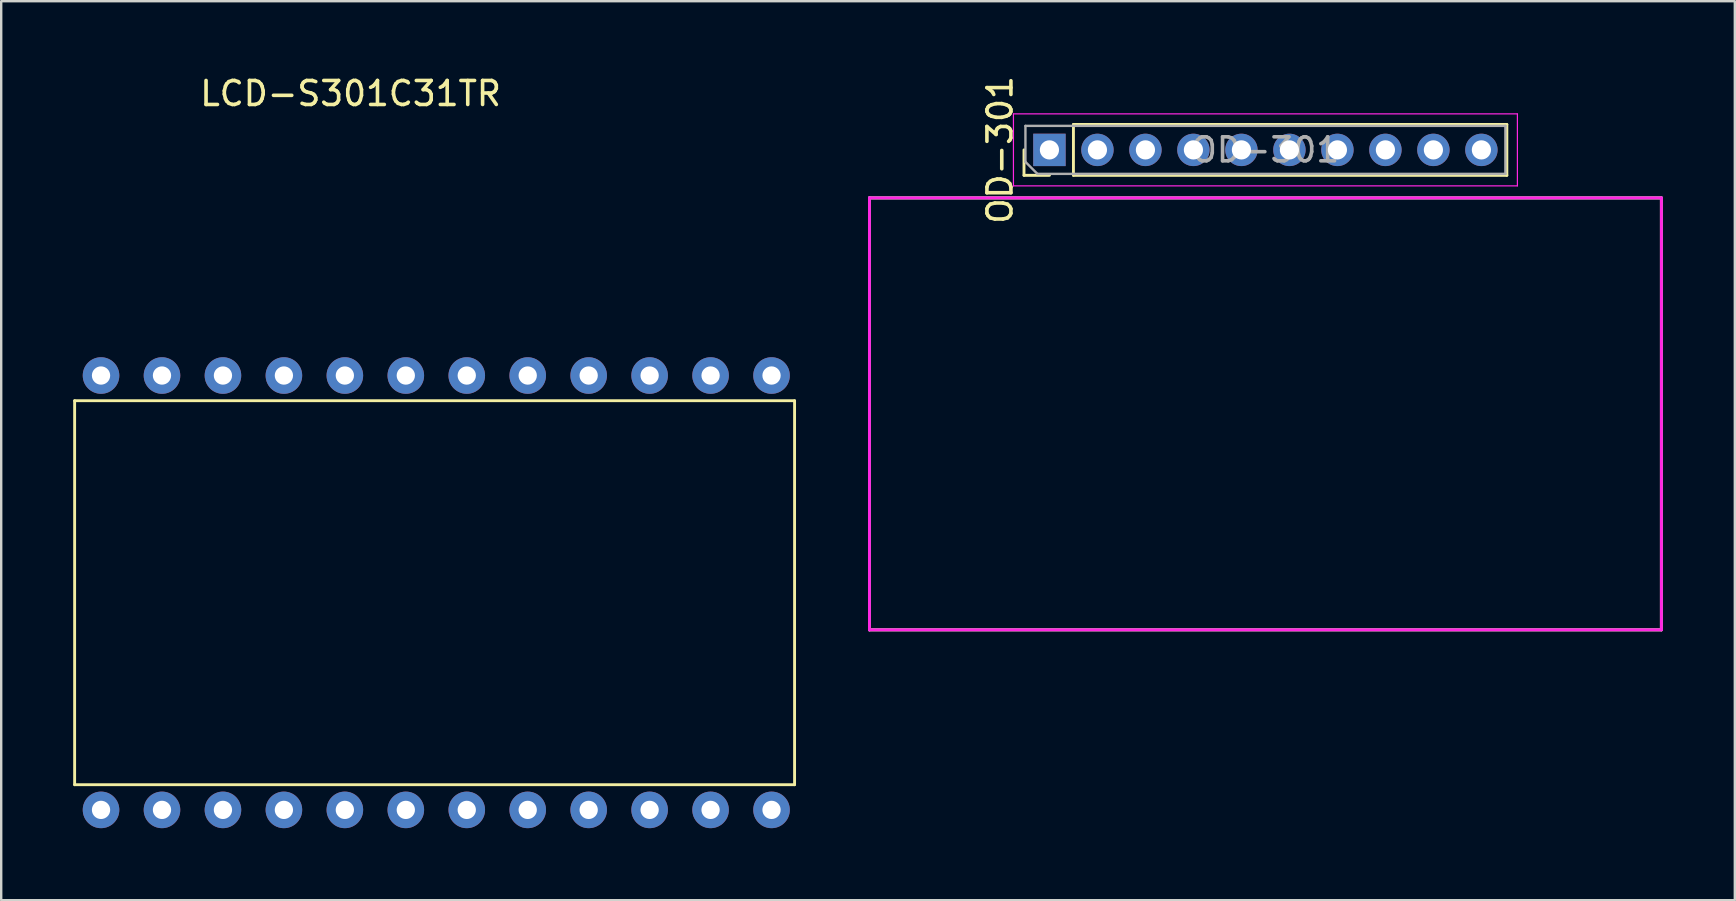
<source format=kicad_pcb>
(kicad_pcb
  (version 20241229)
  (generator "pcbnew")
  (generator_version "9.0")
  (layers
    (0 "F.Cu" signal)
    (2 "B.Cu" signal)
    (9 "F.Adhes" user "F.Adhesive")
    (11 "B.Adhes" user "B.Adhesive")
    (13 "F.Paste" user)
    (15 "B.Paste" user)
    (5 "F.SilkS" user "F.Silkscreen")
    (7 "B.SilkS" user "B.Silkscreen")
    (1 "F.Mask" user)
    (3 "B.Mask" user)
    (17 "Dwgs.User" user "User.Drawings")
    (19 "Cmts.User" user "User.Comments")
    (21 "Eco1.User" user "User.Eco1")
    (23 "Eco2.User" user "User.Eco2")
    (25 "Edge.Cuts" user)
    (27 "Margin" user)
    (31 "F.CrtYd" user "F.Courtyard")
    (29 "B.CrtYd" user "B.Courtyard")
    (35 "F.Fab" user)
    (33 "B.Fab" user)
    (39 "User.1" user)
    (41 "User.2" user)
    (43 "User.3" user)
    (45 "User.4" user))
  (footprint "LCD-S301C31TR"
    (layer "F.Cu")
    (at 15.06 21.648)
    (property "Reference" "LCD-S301C31TR" (at -3.5 -20.8 0) (layer "F.SilkS") (effects (font (size 1 1) (thickness 0.15))))
    (attr through_hole)
    (fp_line (start -15 -8) (end -15 8) (stroke (width 0.12) (type solid)) (layer "F.SilkS"))
    (fp_line (start -15 8) (end 15 8) (stroke (width 0.12) (type solid)) (layer "F.SilkS"))
    (fp_line (start 15 -8) (end -15 -8) (stroke (width 0.12) (type solid)) (layer "F.SilkS"))
    (fp_line (start 15 8) (end 15 -8) (stroke (width 0.12) (type solid)) (layer "F.SilkS"))
    (pad "1" thru_hole circle (at -13.9 9.05) (size 1.524 1.524) (drill 0.762) (layers "*.Cu" "*.Mask"))
    (pad "2" thru_hole circle (at -11.36 9.05) (size 1.524 1.524) (drill 0.762) (layers "*.Cu" "*.Mask"))
    (pad "3" thru_hole circle (at -8.82 9.05) (size 1.524 1.524) (drill 0.762) (layers "*.Cu" "*.Mask"))
    (pad "4" thru_hole circle (at -6.28 9.05) (size 1.524 1.524) (drill 0.762) (layers "*.Cu" "*.Mask"))
    (pad "5" thru_hole circle (at -3.74 9.05) (size 1.524 1.524) (drill 0.762) (layers "*.Cu" "*.Mask"))
    (pad "6" thru_hole circle (at -1.2 9.05) (size 1.524 1.524) (drill 0.762) (layers "*.Cu" "*.Mask"))
    (pad "7" thru_hole circle (at 1.34 9.05) (size 1.524 1.524) (drill 0.762) (layers "*.Cu" "*.Mask"))
    (pad "8" thru_hole circle (at 3.88 9.05) (size 1.524 1.524) (drill 0.762) (layers "*.Cu" "*.Mask"))
    (pad "9" thru_hole circle (at 6.42 9.05) (size 1.524 1.524) (drill 0.762) (layers "*.Cu" "*.Mask"))
    (pad "10" thru_hole circle (at 8.96 9.05) (size 1.524 1.524) (drill 0.762) (layers "*.Cu" "*.Mask"))
    (pad "11" thru_hole circle (at 11.5 9.05) (size 1.524 1.524) (drill 0.762) (layers "*.Cu" "*.Mask"))
    (pad "12" thru_hole circle (at 14.04 9.05) (size 1.524 1.524) (drill 0.762) (layers "*.Cu" "*.Mask"))
    (pad "13" thru_hole circle (at 14.04 -9.05) (size 1.524 1.524) (drill 0.762) (layers "*.Cu" "*.Mask"))
    (pad "14" thru_hole circle (at 11.5 -9.05) (size 1.524 1.524) (drill 0.762) (layers "*.Cu" "*.Mask"))
    (pad "15" thru_hole circle (at 8.96 -9.05) (size 1.524 1.524) (drill 0.762) (layers "*.Cu" "*.Mask"))
    (pad "16" thru_hole circle (at 6.42 -9.05) (size 1.524 1.524) (drill 0.762) (layers "*.Cu" "*.Mask"))
    (pad "17" thru_hole circle (at 3.88 -9.05) (size 1.524 1.524) (drill 0.762) (layers "*.Cu" "*.Mask"))
    (pad "18" thru_hole circle (at 1.34 -9.05) (size 1.524 1.524) (drill 0.762) (layers "*.Cu" "*.Mask"))
    (pad "19" thru_hole circle (at -1.2 -9.05) (size 1.524 1.524) (drill 0.762) (layers "*.Cu" "*.Mask"))
    (pad "20" thru_hole circle (at -3.74 -9.05) (size 1.524 1.524) (drill 0.762) (layers "*.Cu" "*.Mask"))
    (pad "21" thru_hole circle (at -6.28 -9.05) (size 1.524 1.524) (drill 0.762) (layers "*.Cu" "*.Mask"))
    (pad "22" thru_hole circle (at -8.82 -9.05) (size 1.524 1.524) (drill 0.762) (layers "*.Cu" "*.Mask"))
    (pad "23" thru_hole circle (at -11.36 -9.05) (size 1.524 1.524) (drill 0.762) (layers "*.Cu" "*.Mask"))
    (pad "24" thru_hole circle (at -13.9 -9.05) (size 1.524 1.524) (drill 0.762) (layers "*.Cu" "*.Mask")))
  (footprint "OD-301"
    (layer "F.Cu")
    (at 40.68 3.196)
    (property "Reference" "OD-301" (at -2.06 0 90) (layer "F.SilkS") (effects (font (size 1 1) (thickness 0.15))))
    (attr through_hole)
    (fp_line (start -7.5 2) (end -7.5 20) (stroke (width 0.12) (type solid)) (layer "F.SilkS"))
    (fp_line (start -1.06 1.06) (end -1.06 0) (stroke (width 0.12) (type solid)) (layer "F.SilkS"))
    (fp_line (start 0 1.06) (end -1.06 1.06) (stroke (width 0.12) (type solid)) (layer "F.SilkS"))
    (fp_line (start 1 -1.06) (end 19.06 -1.06) (stroke (width 0.12) (type solid)) (layer "F.SilkS"))
    (fp_line (start 1 1.06) (end 1 -1.06) (stroke (width 0.12) (type solid)) (layer "F.SilkS"))
    (fp_line (start 1 1.06) (end 19.06 1.06) (stroke (width 0.12) (type solid)) (layer "F.SilkS"))
    (fp_line (start 19.06 1.06) (end 19.06 -1.06) (stroke (width 0.12) (type solid)) (layer "F.SilkS"))
    (fp_line (start 25.5 2) (end -7.5 2) (stroke (width 0.12) (type solid)) (layer "F.SilkS"))
    (fp_line (start 25.5 2) (end 25.5 20) (stroke (width 0.12) (type solid)) (layer "F.SilkS"))
    (fp_line (start 25.5 20) (end -7.5 20) (stroke (width 0.12) (type solid)) (layer "F.SilkS"))
    (fp_line (start -7.5 2) (end 25.5 2) (stroke (width 0.12) (type solid)) (layer "F.CrtYd"))
    (fp_line (start -7.5 20) (end -7.5 2) (stroke (width 0.12) (type solid)) (layer "F.CrtYd"))
    (fp_line (start -1.5 -1.5) (end -1.5 1.5) (stroke (width 0.05) (type solid)) (layer "F.CrtYd"))
    (fp_line (start -1.5 1.5) (end 19.5 1.5) (stroke (width 0.05) (type solid)) (layer "F.CrtYd"))
    (fp_line (start 19.5 -1.5) (end -1.5 -1.5) (stroke (width 0.05) (type solid)) (layer "F.CrtYd"))
    (fp_line (start 19.5 1.5) (end 19.5 -1.5) (stroke (width 0.05) (type solid)) (layer "F.CrtYd"))
    (fp_line (start 25.5 2) (end 25.5 20) (stroke (width 0.12) (type solid)) (layer "F.CrtYd"))
    (fp_line (start 25.5 20) (end -7.5 20) (stroke (width 0.12) (type solid)) (layer "F.CrtYd"))
    (fp_line (start -7.5 2) (end -7.5 20) (stroke (width 0.12) (type solid)) (layer "F.Fab"))
    (fp_line (start -1 -1) (end 19 -1) (stroke (width 0.1) (type solid)) (layer "F.Fab"))
    (fp_line (start -1 0.5) (end -1 -1) (stroke (width 0.1) (type solid)) (layer "F.Fab"))
    (fp_line (start -0.5 1) (end -1 0.5) (stroke (width 0.1) (type solid)) (layer "F.Fab"))
    (fp_line (start 19 -1) (end 19 1) (stroke (width 0.1) (type solid)) (layer "F.Fab"))
    (fp_line (start 19 1) (end -0.5 1) (stroke (width 0.1) (type solid)) (layer "F.Fab"))
    (fp_line (start 25.5 2) (end -7.5 2) (stroke (width 0.12) (type solid)) (layer "F.Fab"))
    (fp_line (start 25.5 2) (end 25.5 20) (stroke (width 0.12) (type solid)) (layer "F.Fab"))
    (fp_line (start 25.5 20) (end -7.5 20) (stroke (width 0.12) (type solid)) (layer "F.Fab"))
    (fp_text user "${REFERENCE}" (at 9 0 180) (layer "F.Fab") (effects (font (size 1 1) (thickness 0.15))))
    (pad "1" thru_hole rect (at 0 0 90) (size 1.35 1.35) (drill 0.8) (layers "*.Cu" "*.Mask"))
    (pad "2" thru_hole oval (at 2 0 90) (size 1.35 1.35) (drill 0.8) (layers "*.Cu" "*.Mask"))
    (pad "3" thru_hole oval (at 4 0 90) (size 1.35 1.35) (drill 0.8) (layers "*.Cu" "*.Mask"))
    (pad "4" thru_hole oval (at 6 0 90) (size 1.35 1.35) (drill 0.8) (layers "*.Cu" "*.Mask"))
    (pad "5" thru_hole oval (at 8 0 90) (size 1.35 1.35) (drill 0.8) (layers "*.Cu" "*.Mask"))
    (pad "6" thru_hole oval (at 10 0 90) (size 1.35 1.35) (drill 0.8) (layers "*.Cu" "*.Mask"))
    (pad "7" thru_hole oval (at 12 0 90) (size 1.35 1.35) (drill 0.8) (layers "*.Cu" "*.Mask"))
    (pad "8" thru_hole oval (at 14 0 90) (size 1.35 1.35) (drill 0.8) (layers "*.Cu" "*.Mask"))
    (pad "9" thru_hole oval (at 16 0 90) (size 1.35 1.35) (drill 0.8) (layers "*.Cu" "*.Mask"))
    (pad "10" thru_hole oval (at 18 0 90) (size 1.35 1.35) (drill 0.8) (layers "*.Cu" "*.Mask")))
  (gr_rect
    (start -3 -3)
    (end 69.24 34.46)
    (stroke (width 0.1) (type default))
    (fill no)
    (layer "Edge.Cuts")))
</source>
